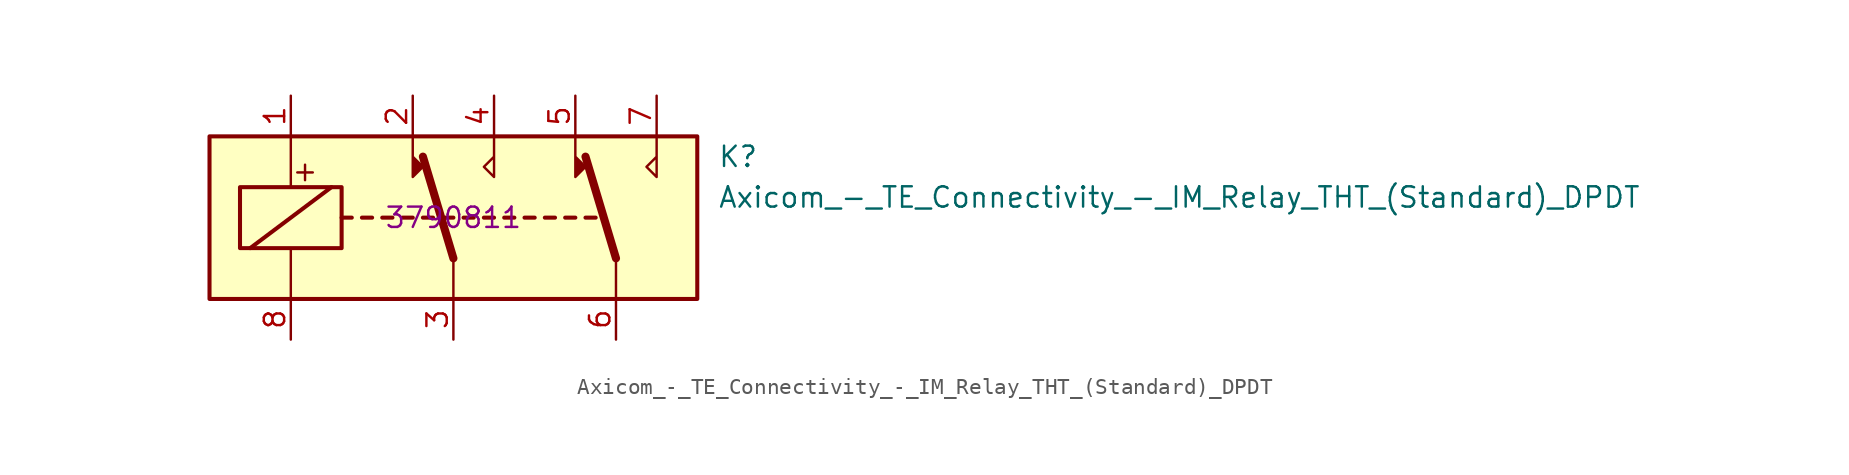
<source format=kicad_sym>
(kicad_symbol_lib
  (version 20211014)
  (generator kicad_symbol_editor)
  (symbol "Axicom_-_TE_Connectivity_-_IM_Relay_THT_(Standard)_DPDT"
    (property "Reference" "K"
      (at 16.51 3.81 0)
      (effects (font (size 1.27 1.27)) (justify left)))
    (property "Value" "Axicom_-_TE_Connectivity_-_IM_Relay_THT_(Standard)_DPDT"
      (at 16.51 1.27 0)
      (effects (font (size 1.27 1.27)) (justify left)))
    (property "Farnell #" "3790811"
      (at 0 0 0)
      (effects (font (size 1.27 1.27))))
    (symbol "Axicom_-_TE_Connectivity_-_IM_Relay_THT_(Standard)_DPDT_0_0"
      (text "+" (at -9.271 2.921 0) (effects (font (size 1.27 1.27)))))
    (symbol "Axicom_-_TE_Connectivity_-_IM_Relay_THT_(Standard)_DPDT_0_1"
      (rectangle (start -15.24 5.08) (end 15.24 -5.08) (stroke (width 0.254) (type default) (color 0 0 0 0)) (fill (type background)))
      (rectangle (start -13.335 1.905) (end -6.985 -1.905) (stroke (width 0.254) (type default) (color 0 0 0 0)) (fill (type none)))
      (polyline (pts (xy -12.7 -1.905) (xy -7.62 1.905)) (stroke (width 0.254) (type default) (color 0 0 0 0)) (fill (type none)))
      (polyline (pts (xy -10.16 -5.08) (xy -10.16 -1.905)) (stroke (width 0) (type default) (color 0 0 0 0)) (fill (type none)))
      (polyline (pts (xy -10.16 5.08) (xy -10.16 1.905)) (stroke (width 0) (type default) (color 0 0 0 0)) (fill (type none)))
      (polyline (pts (xy -6.985 0) (xy -6.35 0)) (stroke (width 0.254) (type default) (color 0 0 0 0)) (fill (type none)))
      (polyline (pts (xy -5.715 0) (xy -5.08 0)) (stroke (width 0.254) (type default) (color 0 0 0 0)) (fill (type none)))
      (polyline (pts (xy -4.445 0) (xy -3.81 0)) (stroke (width 0.254) (type default) (color 0 0 0 0)) (fill (type none)))
      (polyline (pts (xy -3.175 0) (xy -2.54 0)) (stroke (width 0.254) (type default) (color 0 0 0 0)) (fill (type none)))
      (polyline (pts (xy -1.905 0) (xy -1.27 0)) (stroke (width 0.254) (type default) (color 0 0 0 0)) (fill (type none)))
      (polyline (pts (xy -0.635 0) (xy 0 0)) (stroke (width 0.254) (type default) (color 0 0 0 0)) (fill (type none)))
      (polyline (pts (xy 0 -2.54) (xy -1.905 3.81)) (stroke (width 0.508) (type default) (color 0 0 0 0)) (fill (type none)))
      (polyline (pts (xy 0 -2.54) (xy 0 -5.08)) (stroke (width 0) (type default) (color 0 0 0 0)) (fill (type none)))
      (polyline (pts (xy 0.635 0) (xy 1.27 0)) (stroke (width 0.254) (type default) (color 0 0 0 0)) (fill (type none)))
      (polyline (pts (xy 1.905 0) (xy 2.54 0)) (stroke (width 0.254) (type default) (color 0 0 0 0)) (fill (type none)))
      (polyline (pts (xy 3.175 0) (xy 3.81 0)) (stroke (width 0.254) (type default) (color 0 0 0 0)) (fill (type none)))
      (polyline (pts (xy 4.445 0) (xy 5.08 0)) (stroke (width 0.254) (type default) (color 0 0 0 0)) (fill (type none)))
      (polyline (pts (xy 5.715 0) (xy 6.35 0)) (stroke (width 0.254) (type default) (color 0 0 0 0)) (fill (type none)))
      (polyline (pts (xy 6.985 0) (xy 7.62 0)) (stroke (width 0.254) (type default) (color 0 0 0 0)) (fill (type none)))
      (polyline (pts (xy 8.255 0) (xy 8.89 0)) (stroke (width 0.254) (type default) (color 0 0 0 0)) (fill (type none)))
      (polyline (pts (xy 10.16 -2.54) (xy 8.255 3.81)) (stroke (width 0.508) (type default) (color 0 0 0 0)) (fill (type none)))
      (polyline (pts (xy 10.16 -2.54) (xy 10.16 -5.08)) (stroke (width 0) (type default) (color 0 0 0 0)) (fill (type none)))
      (polyline (pts (xy -2.54 5.08) (xy -2.54 2.54) (xy -1.905 3.175) (xy -2.54 3.81)) (stroke (width 0) (type default) (color 0 0 0 0)) (fill (type outline)))
      (polyline (pts (xy 2.54 5.08) (xy 2.54 2.54) (xy 1.905 3.175) (xy 2.54 3.81)) (stroke (width 0) (type default) (color 0 0 0 0)) (fill (type none)))
      (polyline (pts (xy 7.62 5.08) (xy 7.62 2.54) (xy 8.255 3.175) (xy 7.62 3.81)) (stroke (width 0) (type default) (color 0 0 0 0)) (fill (type outline)))
      (polyline (pts (xy 12.7 5.08) (xy 12.7 2.54) (xy 12.065 3.175) (xy 12.7 3.81)) (stroke (width 0) (type default) (color 0 0 0 0)) (fill (type none))))
    (symbol "Axicom_-_TE_Connectivity_-_IM_Relay_THT_(Standard)_DPDT_1_1"
      (pin passive line (at -10.16 7.62 270) (length 2.54) (name "~" (effects (font (size 1.27 1.27)))) (number "1" (effects (font (size 1.27 1.27)))))
      (pin passive line (at -2.54 7.62 270) (length 2.54) (name "~" (effects (font (size 1.27 1.27)))) (number "2" (effects (font (size 1.27 1.27)))))
      (pin passive line (at 0 -7.62 90) (length 2.54) (name "~" (effects (font (size 1.27 1.27)))) (number "3" (effects (font (size 1.27 1.27)))))
      (pin passive line (at 2.54 7.62 270) (length 2.54) (name "~" (effects (font (size 1.27 1.27)))) (number "4" (effects (font (size 1.27 1.27)))))
      (pin passive line (at 7.62 7.62 270) (length 2.54) (name "~" (effects (font (size 1.27 1.27)))) (number "5" (effects (font (size 1.27 1.27)))))
      (pin passive line (at 10.16 -7.62 90) (length 2.54) (name "~" (effects (font (size 1.27 1.27)))) (number "6" (effects (font (size 1.27 1.27)))))
      (pin passive line (at 12.7 7.62 270) (length 2.54) (name "~" (effects (font (size 1.27 1.27)))) (number "7" (effects (font (size 1.27 1.27)))))
      (pin passive line (at -10.16 -7.62 90) (length 2.54) (name "~" (effects (font (size 1.27 1.27)))) (number "8" (effects (font (size 1.27 1.27))))))))
</source>
